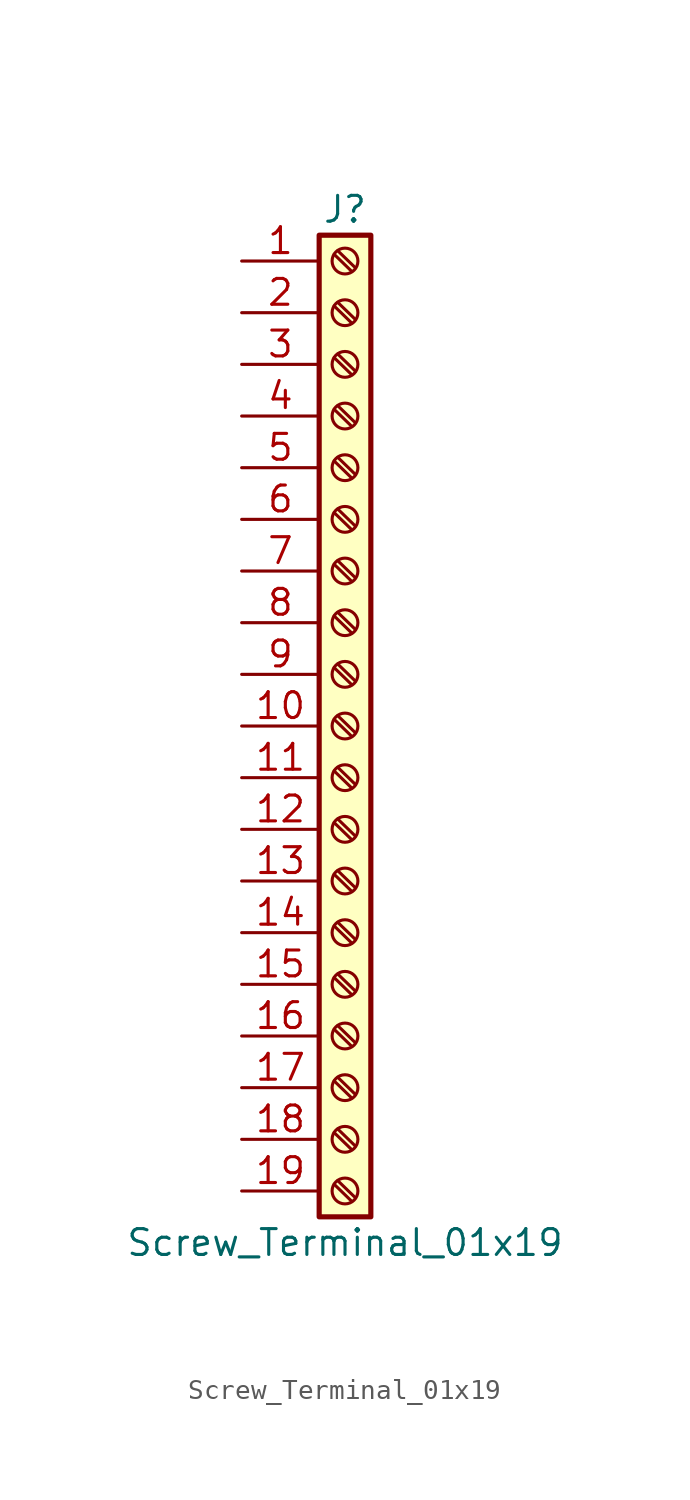
<source format=kicad_sym>
(kicad_symbol_lib
  (version 20220914)
  (generator kicad_symbol_editor)
  (symbol "Screw_Terminal_01x19"
    (pin_names
      (offset 1.016) hide)
    (property "Reference" "J"
      (at 0 25.4 0)
      (effects (font (size 1.27 1.27))))
    (property "Value" "Screw_Terminal_01x19"
      (at 0 -25.4 0)
      (effects (font (size 1.27 1.27))))
    (symbol "Screw_Terminal_01x19_1_1"
      (rectangle (start -1.27 24.13) (end 1.27 -24.13) (stroke (width 0.254) (type solid)) (fill (type background)))
      (circle (center 0 -22.86) (radius 0.635) (stroke (width 0.152) (type solid)) (fill (type none)))
      (circle (center 0 -20.32) (radius 0.635) (stroke (width 0.152) (type solid)) (fill (type none)))
      (circle (center 0 -17.78) (radius 0.635) (stroke (width 0.152) (type solid)) (fill (type none)))
      (circle (center 0 -15.24) (radius 0.635) (stroke (width 0.152) (type solid)) (fill (type none)))
      (circle (center 0 -12.7) (radius 0.635) (stroke (width 0.152) (type solid)) (fill (type none)))
      (circle (center 0 -10.16) (radius 0.635) (stroke (width 0.152) (type solid)) (fill (type none)))
      (circle (center 0 -7.62) (radius 0.635) (stroke (width 0.152) (type solid)) (fill (type none)))
      (circle (center 0 -5.08) (radius 0.635) (stroke (width 0.152) (type solid)) (fill (type none)))
      (circle (center 0 -2.54) (radius 0.635) (stroke (width 0.152) (type solid)) (fill (type none)))
      (polyline (pts (xy -0.533 -22.53) (xy 0.33 -23.368)) (stroke (width 0.152) (type solid)) (fill (type none)))
      (polyline (pts (xy -0.533 -19.99) (xy 0.33 -20.828)) (stroke (width 0.152) (type solid)) (fill (type none)))
      (polyline (pts (xy -0.533 -17.45) (xy 0.33 -18.288)) (stroke (width 0.152) (type solid)) (fill (type none)))
      (polyline (pts (xy -0.533 -14.91) (xy 0.33 -15.748)) (stroke (width 0.152) (type solid)) (fill (type none)))
      (polyline (pts (xy -0.533 -12.37) (xy 0.33 -13.208)) (stroke (width 0.152) (type solid)) (fill (type none)))
      (polyline (pts (xy -0.533 -9.83) (xy 0.33 -10.668)) (stroke (width 0.152) (type solid)) (fill (type none)))
      (polyline (pts (xy -0.533 -7.29) (xy 0.33 -8.128)) (stroke (width 0.152) (type solid)) (fill (type none)))
      (polyline (pts (xy -0.533 -4.75) (xy 0.33 -5.588)) (stroke (width 0.152) (type solid)) (fill (type none)))
      (polyline (pts (xy -0.533 -2.21) (xy 0.33 -3.048)) (stroke (width 0.152) (type solid)) (fill (type none)))
      (polyline (pts (xy -0.533 0.33) (xy 0.33 -0.508)) (stroke (width 0.152) (type solid)) (fill (type none)))
      (polyline (pts (xy -0.533 2.87) (xy 0.33 2.032)) (stroke (width 0.152) (type solid)) (fill (type none)))
      (polyline (pts (xy -0.533 5.41) (xy 0.33 4.572)) (stroke (width 0.152) (type solid)) (fill (type none)))
      (polyline (pts (xy -0.533 7.95) (xy 0.33 7.112)) (stroke (width 0.152) (type solid)) (fill (type none)))
      (polyline (pts (xy -0.533 10.49) (xy 0.33 9.652)) (stroke (width 0.152) (type solid)) (fill (type none)))
      (polyline (pts (xy -0.533 13.03) (xy 0.33 12.192)) (stroke (width 0.152) (type solid)) (fill (type none)))
      (polyline (pts (xy -0.533 15.57) (xy 0.33 14.732)) (stroke (width 0.152) (type solid)) (fill (type none)))
      (polyline (pts (xy -0.533 18.11) (xy 0.33 17.272)) (stroke (width 0.152) (type solid)) (fill (type none)))
      (polyline (pts (xy -0.533 20.65) (xy 0.33 19.812)) (stroke (width 0.152) (type solid)) (fill (type none)))
      (polyline (pts (xy -0.533 23.19) (xy 0.33 22.352)) (stroke (width 0.152) (type solid)) (fill (type none)))
      (polyline (pts (xy -0.356 -22.352) (xy 0.508 -23.19)) (stroke (width 0.152) (type solid)) (fill (type none)))
      (polyline (pts (xy -0.356 -19.812) (xy 0.508 -20.65)) (stroke (width 0.152) (type solid)) (fill (type none)))
      (polyline (pts (xy -0.356 -17.272) (xy 0.508 -18.11)) (stroke (width 0.152) (type solid)) (fill (type none)))
      (polyline (pts (xy -0.356 -14.732) (xy 0.508 -15.57)) (stroke (width 0.152) (type solid)) (fill (type none)))
      (polyline (pts (xy -0.356 -12.192) (xy 0.508 -13.03)) (stroke (width 0.152) (type solid)) (fill (type none)))
      (polyline (pts (xy -0.356 -9.652) (xy 0.508 -10.49)) (stroke (width 0.152) (type solid)) (fill (type none)))
      (polyline (pts (xy -0.356 -7.112) (xy 0.508 -7.95)) (stroke (width 0.152) (type solid)) (fill (type none)))
      (polyline (pts (xy -0.356 -4.572) (xy 0.508 -5.41)) (stroke (width 0.152) (type solid)) (fill (type none)))
      (polyline (pts (xy -0.356 -2.032) (xy 0.508 -2.87)) (stroke (width 0.152) (type solid)) (fill (type none)))
      (polyline (pts (xy -0.356 0.508) (xy 0.508 -0.33)) (stroke (width 0.152) (type solid)) (fill (type none)))
      (polyline (pts (xy -0.356 3.048) (xy 0.508 2.21)) (stroke (width 0.152) (type solid)) (fill (type none)))
      (polyline (pts (xy -0.356 5.588) (xy 0.508 4.75)) (stroke (width 0.152) (type solid)) (fill (type none)))
      (polyline (pts (xy -0.356 8.128) (xy 0.508 7.29)) (stroke (width 0.152) (type solid)) (fill (type none)))
      (polyline (pts (xy -0.356 10.668) (xy 0.508 9.83)) (stroke (width 0.152) (type solid)) (fill (type none)))
      (polyline (pts (xy -0.356 13.208) (xy 0.508 12.37)) (stroke (width 0.152) (type solid)) (fill (type none)))
      (polyline (pts (xy -0.356 15.748) (xy 0.508 14.91)) (stroke (width 0.152) (type solid)) (fill (type none)))
      (polyline (pts (xy -0.356 18.288) (xy 0.508 17.45)) (stroke (width 0.152) (type solid)) (fill (type none)))
      (polyline (pts (xy -0.356 20.828) (xy 0.508 19.99)) (stroke (width 0.152) (type solid)) (fill (type none)))
      (polyline (pts (xy -0.356 23.368) (xy 0.508 22.53)) (stroke (width 0.152) (type solid)) (fill (type none)))
      (circle (center 0 0) (radius 0.635) (stroke (width 0.152) (type solid)) (fill (type none)))
      (circle (center 0 2.54) (radius 0.635) (stroke (width 0.152) (type solid)) (fill (type none)))
      (circle (center 0 5.08) (radius 0.635) (stroke (width 0.152) (type solid)) (fill (type none)))
      (circle (center 0 7.62) (radius 0.635) (stroke (width 0.152) (type solid)) (fill (type none)))
      (circle (center 0 10.16) (radius 0.635) (stroke (width 0.152) (type solid)) (fill (type none)))
      (circle (center 0 12.7) (radius 0.635) (stroke (width 0.152) (type solid)) (fill (type none)))
      (circle (center 0 15.24) (radius 0.635) (stroke (width 0.152) (type solid)) (fill (type none)))
      (circle (center 0 17.78) (radius 0.635) (stroke (width 0.152) (type solid)) (fill (type none)))
      (circle (center 0 20.32) (radius 0.635) (stroke (width 0.152) (type solid)) (fill (type none)))
      (circle (center 0 22.86) (radius 0.635) (stroke (width 0.152) (type solid)) (fill (type none)))
      (pin passive line (at -5.08 22.86 0) (length 3.81) (name "Pin_1" (effects (font (size 1.27 1.27)))) (number "1" (effects (font (size 1.27 1.27)))))
      (pin passive line (at -5.08 0 0) (length 3.81) (name "Pin_10" (effects (font (size 1.27 1.27)))) (number "10" (effects (font (size 1.27 1.27)))))
      (pin passive line (at -5.08 -2.54 0) (length 3.81) (name "Pin_11" (effects (font (size 1.27 1.27)))) (number "11" (effects (font (size 1.27 1.27)))))
      (pin passive line (at -5.08 -5.08 0) (length 3.81) (name "Pin_12" (effects (font (size 1.27 1.27)))) (number "12" (effects (font (size 1.27 1.27)))))
      (pin passive line (at -5.08 -7.62 0) (length 3.81) (name "Pin_13" (effects (font (size 1.27 1.27)))) (number "13" (effects (font (size 1.27 1.27)))))
      (pin passive line (at -5.08 -10.16 0) (length 3.81) (name "Pin_14" (effects (font (size 1.27 1.27)))) (number "14" (effects (font (size 1.27 1.27)))))
      (pin passive line (at -5.08 -12.7 0) (length 3.81) (name "Pin_15" (effects (font (size 1.27 1.27)))) (number "15" (effects (font (size 1.27 1.27)))))
      (pin passive line (at -5.08 -15.24 0) (length 3.81) (name "Pin_16" (effects (font (size 1.27 1.27)))) (number "16" (effects (font (size 1.27 1.27)))))
      (pin passive line (at -5.08 -17.78 0) (length 3.81) (name "Pin_17" (effects (font (size 1.27 1.27)))) (number "17" (effects (font (size 1.27 1.27)))))
      (pin passive line (at -5.08 -20.32 0) (length 3.81) (name "Pin_18" (effects (font (size 1.27 1.27)))) (number "18" (effects (font (size 1.27 1.27)))))
      (pin passive line (at -5.08 -22.86 0) (length 3.81) (name "Pin_19" (effects (font (size 1.27 1.27)))) (number "19" (effects (font (size 1.27 1.27)))))
      (pin passive line (at -5.08 20.32 0) (length 3.81) (name "Pin_2" (effects (font (size 1.27 1.27)))) (number "2" (effects (font (size 1.27 1.27)))))
      (pin passive line (at -5.08 17.78 0) (length 3.81) (name "Pin_3" (effects (font (size 1.27 1.27)))) (number "3" (effects (font (size 1.27 1.27)))))
      (pin passive line (at -5.08 15.24 0) (length 3.81) (name "Pin_4" (effects (font (size 1.27 1.27)))) (number "4" (effects (font (size 1.27 1.27)))))
      (pin passive line (at -5.08 12.7 0) (length 3.81) (name "Pin_5" (effects (font (size 1.27 1.27)))) (number "5" (effects (font (size 1.27 1.27)))))
      (pin passive line (at -5.08 10.16 0) (length 3.81) (name "Pin_6" (effects (font (size 1.27 1.27)))) (number "6" (effects (font (size 1.27 1.27)))))
      (pin passive line (at -5.08 7.62 0) (length 3.81) (name "Pin_7" (effects (font (size 1.27 1.27)))) (number "7" (effects (font (size 1.27 1.27)))))
      (pin passive line (at -5.08 5.08 0) (length 3.81) (name "Pin_8" (effects (font (size 1.27 1.27)))) (number "8" (effects (font (size 1.27 1.27)))))
      (pin passive line (at -5.08 2.54 0) (length 3.81) (name "Pin_9" (effects (font (size 1.27 1.27)))) (number "9" (effects (font (size 1.27 1.27))))))))
</source>
